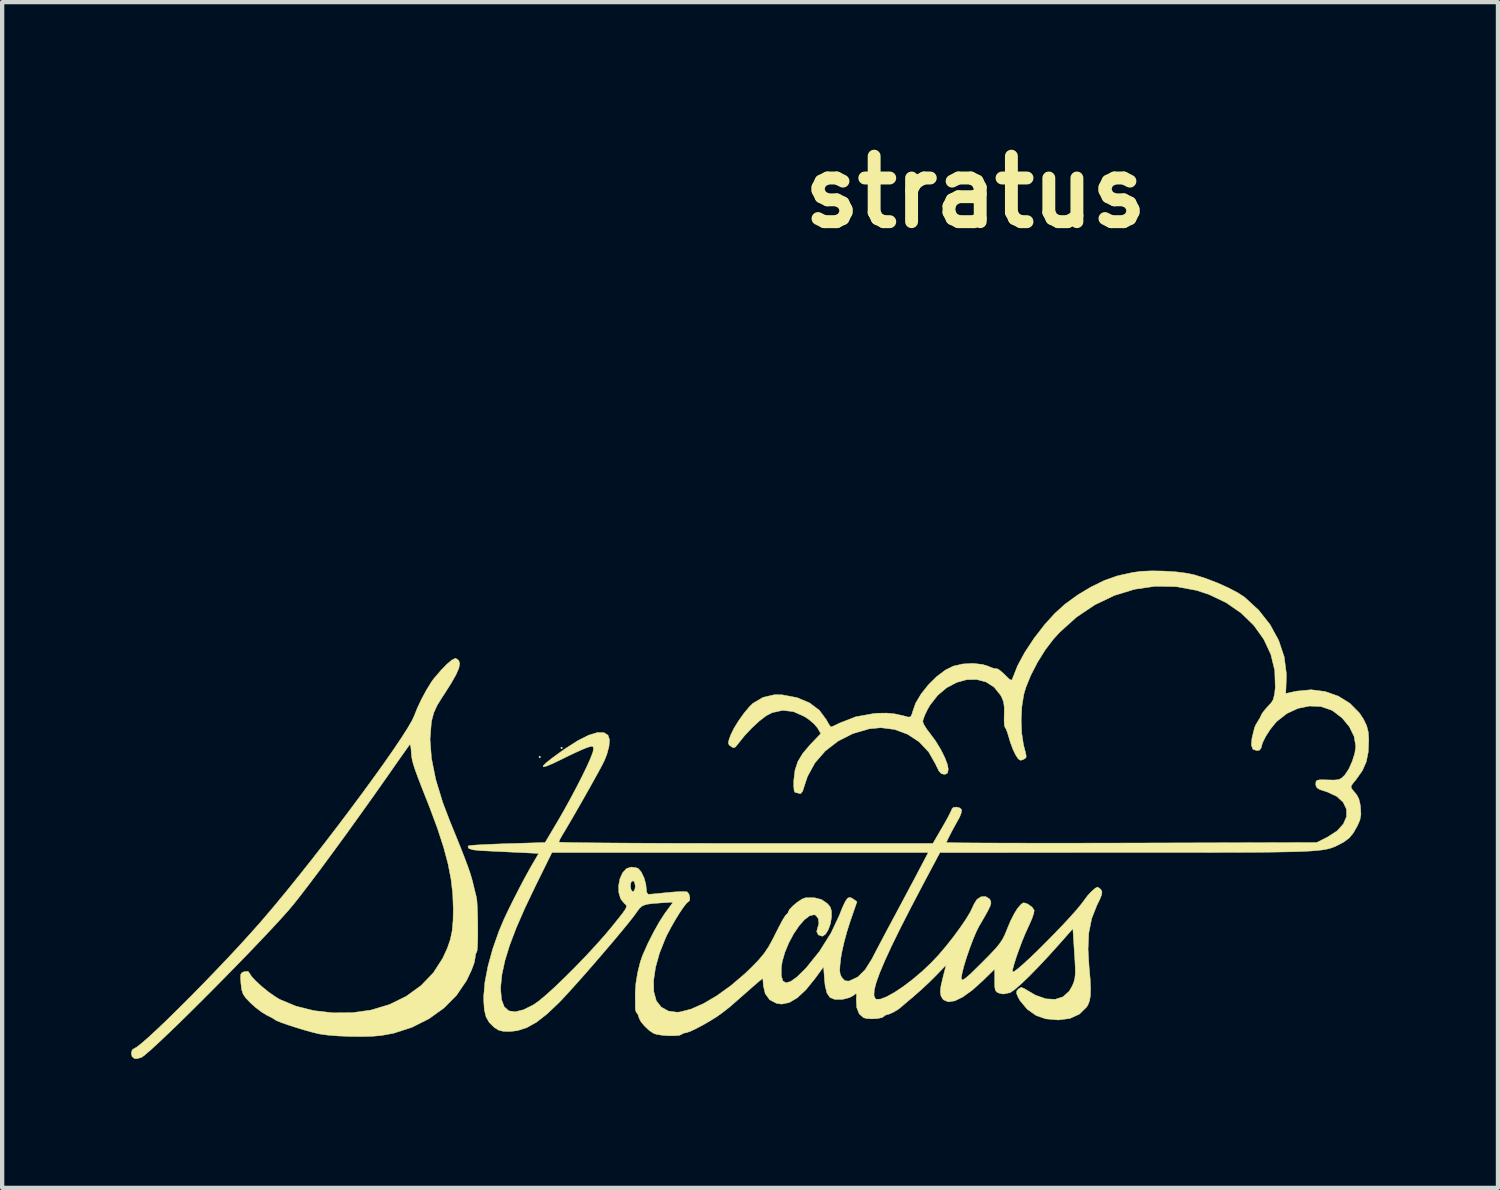
<source format=kicad_pcb>
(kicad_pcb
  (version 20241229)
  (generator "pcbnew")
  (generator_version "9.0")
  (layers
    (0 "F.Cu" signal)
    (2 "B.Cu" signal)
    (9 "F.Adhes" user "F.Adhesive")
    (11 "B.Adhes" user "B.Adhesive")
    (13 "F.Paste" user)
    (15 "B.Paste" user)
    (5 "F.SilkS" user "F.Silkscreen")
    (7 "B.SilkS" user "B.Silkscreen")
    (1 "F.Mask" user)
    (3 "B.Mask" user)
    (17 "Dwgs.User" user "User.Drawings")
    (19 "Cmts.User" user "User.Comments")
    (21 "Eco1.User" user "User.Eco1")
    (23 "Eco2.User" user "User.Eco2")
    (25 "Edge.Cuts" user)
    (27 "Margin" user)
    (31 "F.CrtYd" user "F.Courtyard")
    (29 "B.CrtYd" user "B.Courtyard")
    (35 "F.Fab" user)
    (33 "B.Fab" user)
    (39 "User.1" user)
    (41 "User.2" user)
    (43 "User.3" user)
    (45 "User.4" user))
  (footprint "stratus"
    (layer "F.Cu")
    (at 19.647 1.418)
    (property "Reference" "stratus" (at 0 0 0) (layer "F.SilkS") (effects (font (size 1.524 1.524) (thickness 0.3))))
    (attr through_hole)
    (fp_poly (pts (xy -10.118 13.145) (xy -10.139 13.166) (xy -10.16 13.145) (xy -10.139 13.123) (xy -10.118 13.145)) (stroke (width 0.01) (type solid)) (fill yes) (layer "F.SilkS"))
    (fp_poly (pts (xy -9.61 12.933) (xy -9.631 12.954) (xy -9.652 12.933) (xy -9.631 12.912) (xy -9.61 12.933)) (stroke (width 0.01) (type solid)) (fill yes) (layer "F.SilkS"))
    (fp_poly (pts (xy -12.09 10.851) (xy -12.025 10.896) (xy -12.001 10.969) (xy -12.021 11.077) (xy -12.087 11.229) (xy -12.201 11.43) (xy -12.365 11.688) (xy -12.409 11.753) (xy -12.528 11.946) (xy -12.604 12.114) (xy -12.652 12.292) (xy -12.661 12.343) (xy -12.692 12.734) (xy -12.658 13.176) (xy -12.56 13.665) (xy -12.398 14.198) (xy -12.235 14.626) (xy -12.087 14.989) (xy -11.968 15.284) (xy -11.876 15.522) (xy -11.805 15.713) (xy -11.752 15.868) (xy -11.714 15.998) (xy -11.696 16.066) (xy -11.66 16.216) (xy -11.629 16.343) (xy -11.613 16.404) (xy -11.601 16.49) (xy -11.592 16.632) (xy -11.585 16.813) (xy -11.581 17.013) (xy -11.58 17.215) (xy -11.582 17.401) (xy -11.588 17.552) (xy -11.596 17.65) (xy -11.605 17.678) (xy -11.632 17.733) (xy -11.642 17.814) (xy -11.664 17.935) (xy -11.729 18.108) (xy -11.828 18.316) (xy -11.849 18.356) (xy -12.076 18.69) (xy -12.369 18.986) (xy -12.719 19.236) (xy -13.113 19.434) (xy -13.539 19.572) (xy -13.822 19.624) (xy -14.025 19.642) (xy -14.279 19.649) (xy -14.556 19.646) (xy -14.831 19.635) (xy -15.077 19.615) (xy -15.267 19.588) (xy -15.282 19.585) (xy -15.433 19.548) (xy -15.613 19.498) (xy -15.804 19.44) (xy -15.987 19.381) (xy -16.143 19.327) (xy -16.253 19.283) (xy -16.298 19.258) (xy -16.347 19.225) (xy -16.443 19.174) (xy -16.487 19.153) (xy -16.608 19.08) (xy -16.751 18.971) (xy -16.862 18.872) (xy -16.974 18.756) (xy -17.039 18.664) (xy -17.072 18.566) (xy -17.09 18.428) (xy -17.091 18.42) (xy -17.101 18.279) (xy -17.095 18.201) (xy -17.066 18.161) (xy -17.015 18.139) (xy -16.928 18.131) (xy -16.898 18.166) (xy -16.846 18.248) (xy -16.742 18.361) (xy -16.601 18.489) (xy -16.444 18.616) (xy -16.286 18.726) (xy -16.185 18.786) (xy -15.814 18.941) (xy -15.395 19.046) (xy -14.949 19.097) (xy -14.496 19.093) (xy -14.062 19.032) (xy -13.634 18.903) (xy -13.244 18.711) (xy -12.901 18.463) (xy -12.616 18.167) (xy -12.398 17.829) (xy -12.388 17.808) (xy -12.287 17.588) (xy -12.219 17.39) (xy -12.177 17.187) (xy -12.156 16.952) (xy -12.151 16.679) (xy -12.163 16.338) (xy -12.202 15.994) (xy -12.272 15.634) (xy -12.376 15.244) (xy -12.516 14.813) (xy -12.697 14.326) (xy -12.762 14.161) (xy -12.879 13.865) (xy -12.967 13.636) (xy -13.032 13.46) (xy -13.076 13.326) (xy -13.105 13.219) (xy -13.121 13.128) (xy -13.129 13.041) (xy -13.13 13.005) (xy -13.14 12.903) (xy -13.157 12.855) (xy -13.166 12.857) (xy -13.197 12.901) (xy -13.27 13.003) (xy -13.376 13.152) (xy -13.507 13.339) (xy -13.655 13.552) (xy -13.696 13.61) (xy -14.015 14.063) (xy -14.339 14.517) (xy -14.659 14.962) (xy -14.969 15.386) (xy -15.259 15.779) (xy -15.523 16.129) (xy -15.751 16.425) (xy -15.852 16.552) (xy -15.974 16.699) (xy -16.142 16.887) (xy -16.348 17.111) (xy -16.586 17.364) (xy -16.848 17.639) (xy -17.128 17.928) (xy -17.418 18.225) (xy -17.713 18.524) (xy -18.005 18.817) (xy -18.288 19.098) (xy -18.554 19.359) (xy -18.798 19.593) (xy -19.011 19.795) (xy -19.188 19.957) (xy -19.321 20.072) (xy -19.403 20.133) (xy -19.411 20.136) (xy -19.512 20.164) (xy -19.569 20.161) (xy -19.624 20.115) (xy -19.642 20.035) (xy -19.622 19.96) (xy -19.582 19.932) (xy -19.512 19.892) (xy -19.392 19.797) (xy -19.227 19.652) (xy -19.026 19.466) (xy -18.793 19.244) (xy -18.538 18.993) (xy -18.264 18.72) (xy -17.981 18.432) (xy -17.694 18.134) (xy -17.409 17.835) (xy -17.134 17.541) (xy -16.876 17.257) (xy -16.64 16.992) (xy -16.589 16.933) (xy -16.327 16.625) (xy -16.046 16.285) (xy -15.752 15.921) (xy -15.449 15.539) (xy -15.143 15.147) (xy -14.839 14.751) (xy -14.543 14.358) (xy -14.259 13.976) (xy -13.993 13.611) (xy -13.749 13.271) (xy -13.534 12.962) (xy -13.352 12.691) (xy -13.208 12.465) (xy -13.108 12.292) (xy -13.06 12.188) (xy -12.984 11.998) (xy -12.881 11.783) (xy -12.767 11.573) (xy -12.658 11.397) (xy -12.605 11.324) (xy -12.443 11.134) (xy -12.3 10.986) (xy -12.185 10.889) (xy -12.107 10.85) (xy -12.09 10.851)) (stroke (width 0.01) (type solid)) (fill yes) (layer "F.SilkS"))
    (fp_poly (pts (xy 4.386 8.819) (xy 4.665 8.837) (xy 4.916 8.869) (xy 5.08 8.903) (xy 5.346 8.986) (xy 5.621 9.091) (xy 5.882 9.208) (xy 6.106 9.326) (xy 6.259 9.426) (xy 6.587 9.727) (xy 6.854 10.066) (xy 7.054 10.433) (xy 7.182 10.817) (xy 7.232 11.207) (xy 7.231 11.325) (xy 7.218 11.666) (xy 7.472 11.612) (xy 7.806 11.58) (xy 8.133 11.621) (xy 8.439 11.728) (xy 8.709 11.895) (xy 8.929 12.117) (xy 9.025 12.262) (xy 9.102 12.421) (xy 9.139 12.572) (xy 9.149 12.749) (xy 9.137 13.029) (xy 9.091 13.257) (xy 9.001 13.46) (xy 8.856 13.667) (xy 8.79 13.746) (xy 8.738 13.82) (xy 8.746 13.874) (xy 8.768 13.903) (xy 8.865 14.018) (xy 8.918 14.116) (xy 8.947 14.238) (xy 8.958 14.319) (xy 8.967 14.482) (xy 8.943 14.611) (xy 8.89 14.735) (xy 8.792 14.909) (xy 8.694 15.029) (xy 8.571 15.121) (xy 8.488 15.166) (xy 8.426 15.198) (xy 8.368 15.226) (xy 8.308 15.25) (xy 8.24 15.272) (xy 8.161 15.291) (xy 8.065 15.307) (xy 7.947 15.32) (xy 7.801 15.332) (xy 7.624 15.341) (xy 7.408 15.349) (xy 7.15 15.354) (xy 6.844 15.359) (xy 6.486 15.362) (xy 6.07 15.364) (xy 5.59 15.365) (xy 5.043 15.366) (xy 4.422 15.366) (xy 3.724 15.366) (xy 3.534 15.366) (xy -0.828 15.367) (xy -1.216 16.097) (xy -1.503 16.644) (xy -1.747 17.121) (xy -1.949 17.533) (xy -2.109 17.88) (xy -2.23 18.167) (xy -2.312 18.395) (xy -2.356 18.569) (xy -2.363 18.69) (xy -2.335 18.762) (xy -2.308 18.781) (xy -2.211 18.778) (xy -2.067 18.722) (xy -1.886 18.622) (xy -1.681 18.485) (xy -1.462 18.319) (xy -1.241 18.132) (xy -1.03 17.932) (xy -0.858 17.75) (xy -0.685 17.545) (xy -0.512 17.327) (xy -0.354 17.111) (xy -0.22 16.915) (xy -0.123 16.754) (xy -0.085 16.675) (xy -0.029 16.556) (xy 0.031 16.462) (xy 0.035 16.457) (xy 0.131 16.395) (xy 0.239 16.392) (xy 0.326 16.447) (xy 0.338 16.467) (xy 0.356 16.507) (xy 0.358 16.55) (xy 0.341 16.611) (xy 0.298 16.702) (xy 0.225 16.835) (xy 0.115 17.026) (xy 0.082 17.081) (xy 0.016 17.212) (xy -0.058 17.388) (xy -0.134 17.59) (xy -0.206 17.799) (xy -0.267 17.996) (xy -0.31 18.161) (xy -0.33 18.276) (xy -0.329 18.305) (xy -0.315 18.33) (xy -0.28 18.323) (xy -0.215 18.277) (xy -0.113 18.187) (xy 0.034 18.044) (xy 0.151 17.928) (xy 0.332 17.745) (xy 0.464 17.605) (xy 0.558 17.491) (xy 0.627 17.389) (xy 0.682 17.281) (xy 0.734 17.153) (xy 0.742 17.131) (xy 0.817 16.955) (xy 0.901 16.79) (xy 0.976 16.669) (xy 0.987 16.656) (xy 1.064 16.568) (xy 1.119 16.536) (xy 1.182 16.551) (xy 1.227 16.573) (xy 1.317 16.639) (xy 1.365 16.71) (xy 1.365 16.711) (xy 1.355 16.781) (xy 1.313 16.904) (xy 1.248 17.055) (xy 1.225 17.103) (xy 1.157 17.253) (xy 1.083 17.431) (xy 1.012 17.621) (xy 0.947 17.804) (xy 0.897 17.964) (xy 0.865 18.083) (xy 0.859 18.144) (xy 0.861 18.147) (xy 0.903 18.133) (xy 0.993 18.065) (xy 1.123 17.952) (xy 1.282 17.805) (xy 1.462 17.632) (xy 1.653 17.441) (xy 1.848 17.243) (xy 2.036 17.047) (xy 2.209 16.86) (xy 2.357 16.694) (xy 2.471 16.555) (xy 2.535 16.468) (xy 2.61 16.368) (xy 2.701 16.271) (xy 2.785 16.198) (xy 2.837 16.171) (xy 2.887 16.2) (xy 2.921 16.235) (xy 2.942 16.281) (xy 2.934 16.349) (xy 2.892 16.456) (xy 2.819 16.606) (xy 2.703 16.901) (xy 2.636 17.233) (xy 2.618 17.615) (xy 2.641 18.013) (xy 2.667 18.306) (xy 2.678 18.529) (xy 2.673 18.696) (xy 2.652 18.821) (xy 2.613 18.917) (xy 2.585 18.962) (xy 2.417 19.127) (xy 2.196 19.228) (xy 1.925 19.263) (xy 1.635 19.237) (xy 1.41 19.159) (xy 1.203 19.013) (xy 1.039 18.818) (xy 0.994 18.74) (xy 0.955 18.647) (xy 0.958 18.59) (xy 0.995 18.545) (xy 1.062 18.503) (xy 1.133 18.532) (xy 1.396 18.687) (xy 1.637 18.771) (xy 1.852 18.783) (xy 2.035 18.724) (xy 2.179 18.595) (xy 2.252 18.469) (xy 2.287 18.383) (xy 2.309 18.301) (xy 2.32 18.204) (xy 2.321 18.074) (xy 2.313 17.891) (xy 2.301 17.707) (xy 2.265 17.139) (xy 1.954 17.491) (xy 1.699 17.774) (xy 1.46 18.029) (xy 1.245 18.249) (xy 1.061 18.425) (xy 0.915 18.552) (xy 0.814 18.622) (xy 0.801 18.628) (xy 0.646 18.66) (xy 0.557 18.643) (xy 0.495 18.614) (xy 0.461 18.57) (xy 0.447 18.487) (xy 0.445 18.342) (xy 0.445 18.34) (xy 0.445 18.078) (xy 0.17 18.348) (xy -0.076 18.569) (xy -0.295 18.727) (xy -0.481 18.818) (xy -0.632 18.842) (xy -0.742 18.796) (xy -0.76 18.777) (xy -0.804 18.704) (xy -0.819 18.611) (xy -0.806 18.481) (xy -0.763 18.291) (xy -0.759 18.275) (xy -0.684 17.984) (xy -0.924 18.233) (xy -1.083 18.391) (xy -1.268 18.563) (xy -1.439 18.713) (xy -1.439 18.714) (xy -1.567 18.821) (xy -1.669 18.908) (xy -1.728 18.959) (xy -1.736 18.966) (xy -1.811 19.024) (xy -1.915 19.085) (xy -2.011 19.127) (xy -2.048 19.135) (xy -2.112 19.158) (xy -2.124 19.174) (xy -2.174 19.207) (xy -2.279 19.229) (xy -2.408 19.237) (xy -2.53 19.23) (xy -2.606 19.21) (xy -2.706 19.121) (xy -2.764 18.973) (xy -2.775 18.784) (xy -2.774 18.774) (xy -2.767 18.676) (xy -2.781 18.649) (xy -2.825 18.68) (xy -2.84 18.693) (xy -2.93 18.741) (xy -3.063 18.777) (xy -3.122 18.785) (xy -3.278 18.784) (xy -3.387 18.738) (xy -3.457 18.637) (xy -3.499 18.469) (xy -3.514 18.322) (xy -3.535 18.026) (xy -3.732 18.295) (xy -3.947 18.561) (xy -4.146 18.747) (xy -4.332 18.857) (xy -4.51 18.894) (xy -4.629 18.877) (xy -4.79 18.793) (xy -4.894 18.648) (xy -4.936 18.465) (xy -4.944 18.36) (xy -4.95 18.301) (xy -4.951 18.297) (xy -4.981 18.318) (xy -5.062 18.385) (xy -5.181 18.488) (xy -5.323 18.613) (xy -5.473 18.745) (xy -5.602 18.858) (xy -5.694 18.939) (xy -5.736 18.974) (xy -5.796 19.02) (xy -5.888 19.092) (xy -5.905 19.105) (xy -6.027 19.191) (xy -6.181 19.287) (xy -6.348 19.383) (xy -6.507 19.467) (xy -6.639 19.529) (xy -6.724 19.557) (xy -6.732 19.558) (xy -6.81 19.576) (xy -6.834 19.596) (xy -6.89 19.62) (xy -7.003 19.63) (xy -7.147 19.63) (xy -7.296 19.618) (xy -7.423 19.597) (xy -7.49 19.575) (xy -7.597 19.502) (xy -7.703 19.402) (xy -7.788 19.298) (xy -7.83 19.215) (xy -7.832 19.203) (xy -7.856 19.13) (xy -7.873 19.114) (xy -7.907 19.055) (xy -7.915 18.995) (xy -7.916 18.903) (xy -7.917 18.762) (xy -7.918 18.637) (xy -7.903 18.415) (xy -7.861 18.159) (xy -7.799 17.911) (xy -7.746 17.759) (xy -7.628 17.493) (xy -7.493 17.225) (xy -7.356 16.981) (xy -7.231 16.787) (xy -7.217 16.768) (xy -7.036 16.522) (xy -7.318 16.539) (xy -7.518 16.554) (xy -7.654 16.573) (xy -7.745 16.605) (xy -7.811 16.657) (xy -7.872 16.737) (xy -7.885 16.756) (xy -7.961 16.86) (xy -8.084 17.016) (xy -8.245 17.212) (xy -8.434 17.438) (xy -8.642 17.682) (xy -8.859 17.934) (xy -9.075 18.182) (xy -9.281 18.414) (xy -9.468 18.621) (xy -9.625 18.791) (xy -9.696 18.864) (xy -9.97 19.124) (xy -10.215 19.315) (xy -10.442 19.442) (xy -10.661 19.512) (xy -10.833 19.531) (xy -10.989 19.527) (xy -11.097 19.5) (xy -11.193 19.439) (xy -11.203 19.431) (xy -11.316 19.319) (xy -11.389 19.19) (xy -11.429 19.024) (xy -11.443 18.803) (xy -11.443 18.706) (xy -11.429 18.551) (xy -11.049 18.551) (xy -11.028 18.79) (xy -10.965 18.957) (xy -10.858 19.051) (xy -10.708 19.073) (xy -10.513 19.024) (xy -10.287 18.911) (xy -10.16 18.822) (xy -9.988 18.678) (xy -9.783 18.492) (xy -9.554 18.272) (xy -9.312 18.031) (xy -9.069 17.778) (xy -8.834 17.525) (xy -8.618 17.281) (xy -8.471 17.106) (xy -8.32 16.918) (xy -8.215 16.785) (xy -8.151 16.695) (xy -8.123 16.637) (xy -8.123 16.6) (xy -8.146 16.571) (xy -8.17 16.552) (xy -8.257 16.444) (xy -8.3 16.298) (xy -8.303 16.155) (xy -8.03 16.155) (xy -8.014 16.234) (xy -7.979 16.278) (xy -7.956 16.275) (xy -7.925 16.218) (xy -7.916 16.15) (xy -7.932 16.059) (xy -7.969 16.022) (xy -8.01 16.053) (xy -8.019 16.072) (xy -8.03 16.155) (xy -8.303 16.155) (xy -8.304 16.134) (xy -8.272 15.973) (xy -8.209 15.835) (xy -8.118 15.739) (xy -8.011 15.706) (xy -7.907 15.718) (xy -7.848 15.738) (xy -7.777 15.821) (xy -7.713 15.955) (xy -7.671 16.103) (xy -7.662 16.19) (xy -7.649 16.298) (xy -7.612 16.34) (xy -7.609 16.34) (xy -7.546 16.335) (xy -7.42 16.324) (xy -7.255 16.307) (xy -7.167 16.298) (xy -6.988 16.283) (xy -6.837 16.276) (xy -6.735 16.278) (xy -6.712 16.282) (xy -6.67 16.329) (xy -6.648 16.407) (xy -6.649 16.479) (xy -6.678 16.51) (xy -6.723 16.545) (xy -6.796 16.639) (xy -6.889 16.776) (xy -6.99 16.94) (xy -7.09 17.116) (xy -7.18 17.287) (xy -7.213 17.357) (xy -7.352 17.706) (xy -7.445 18.039) (xy -7.49 18.343) (xy -7.485 18.606) (xy -7.427 18.816) (xy -7.426 18.818) (xy -7.313 18.963) (xy -7.147 19.055) (xy -6.947 19.083) (xy -6.877 19.077) (xy -6.62 19.011) (xy -6.329 18.882) (xy -6.015 18.697) (xy -5.692 18.464) (xy -5.372 18.192) (xy -5.218 18.045) (xy -5.046 17.868) (xy -4.918 17.715) (xy -4.813 17.558) (xy -4.708 17.365) (xy -4.651 17.251) (xy -4.563 17.077) (xy -4.486 16.934) (xy -4.427 16.839) (xy -4.397 16.806) (xy -4.363 16.773) (xy -4.36 16.755) (xy -4.328 16.692) (xy -4.247 16.607) (xy -4.142 16.52) (xy -4.037 16.451) (xy -3.958 16.42) (xy -3.744 16.42) (xy -3.583 16.461) (xy -3.452 16.551) (xy -3.449 16.553) (xy -3.381 16.633) (xy -3.352 16.726) (xy -3.35 16.859) (xy -3.374 17.016) (xy -3.424 17.159) (xy -3.489 17.266) (xy -3.559 17.314) (xy -3.568 17.314) (xy -3.659 17.282) (xy -3.695 17.203) (xy -3.678 17.136) (xy -3.644 17.017) (xy -3.658 16.905) (xy -3.714 16.83) (xy -3.754 16.814) (xy -3.861 16.839) (xy -3.982 16.931) (xy -4.108 17.076) (xy -4.232 17.259) (xy -4.344 17.468) (xy -4.435 17.687) (xy -4.497 17.902) (xy -4.518 18.042) (xy -4.519 18.236) (xy -4.483 18.355) (xy -4.41 18.399) (xy -4.299 18.367) (xy -4.151 18.26) (xy -3.965 18.078) (xy -3.936 18.047) (xy -3.628 17.664) (xy -3.363 17.241) (xy -3.175 16.843) (xy -3.093 16.64) (xy -3.031 16.508) (xy -2.98 16.434) (xy -2.933 16.411) (xy -2.88 16.427) (xy -2.849 16.447) (xy -2.758 16.511) (xy -2.922 16.987) (xy -2.995 17.218) (xy -3.061 17.464) (xy -3.112 17.69) (xy -3.133 17.815) (xy -3.154 17.995) (xy -3.16 18.114) (xy -3.149 18.195) (xy -3.12 18.259) (xy -3.111 18.274) (xy -3.042 18.349) (xy -2.959 18.359) (xy -2.928 18.352) (xy -2.739 18.263) (xy -2.567 18.093) (xy -2.409 17.841) (xy -2.407 17.836) (xy -2.335 17.697) (xy -2.234 17.505) (xy -2.115 17.279) (xy -1.988 17.041) (xy -1.919 16.912) (xy -1.782 16.656) (xy -1.637 16.384) (xy -1.497 16.121) (xy -1.377 15.896) (xy -1.339 15.822) (xy -1.099 15.367) (xy -9.855 15.367) (xy -10.237 16.14) (xy -10.486 16.662) (xy -10.687 17.123) (xy -10.841 17.529) (xy -10.951 17.888) (xy -11.019 18.205) (xy -11.048 18.487) (xy -11.049 18.551) (xy -11.429 18.551) (xy -11.415 18.382) (xy -11.343 18.01) (xy -11.233 17.609) (xy -11.089 17.2) (xy -10.977 16.933) (xy -10.884 16.734) (xy -10.763 16.489) (xy -10.629 16.226) (xy -10.496 15.973) (xy -10.377 15.756) (xy -10.336 15.684) (xy -10.163 15.388) (xy -10.722 15.361) (xy -10.958 15.35) (xy -11.188 15.339) (xy -11.386 15.329) (xy -11.526 15.322) (xy -11.527 15.322) (xy -11.694 15.304) (xy -11.79 15.273) (xy -11.81 15.23) (xy -11.796 15.211) (xy -11.749 15.203) (xy -11.63 15.193) (xy -11.451 15.183) (xy -11.227 15.173) (xy -10.97 15.163) (xy -10.893 15.161) (xy -10.014 15.134) (xy -9.725 14.647) (xy -9.575 14.387) (xy -9.426 14.117) (xy -9.284 13.85) (xy -9.155 13.597) (xy -9.045 13.371) (xy -8.961 13.183) (xy -8.907 13.045) (xy -8.89 12.974) (xy -8.895 12.911) (xy -8.925 12.893) (xy -9.002 12.913) (xy -9.05 12.929) (xy -9.157 12.973) (xy -9.314 13.044) (xy -9.495 13.13) (xy -9.599 13.182) (xy -9.823 13.29) (xy -9.974 13.354) (xy -10.053 13.374) (xy -10.061 13.352) (xy -9.996 13.286) (xy -9.86 13.177) (xy -9.652 13.026) (xy -9.548 12.953) (xy -9.253 12.764) (xy -9.003 12.638) (xy -8.8 12.576) (xy -8.647 12.577) (xy -8.551 12.637) (xy -8.517 12.738) (xy -8.527 12.894) (xy -8.579 13.087) (xy -8.637 13.231) (xy -8.684 13.325) (xy -8.766 13.478) (xy -8.875 13.675) (xy -9.002 13.903) (xy -9.14 14.146) (xy -9.28 14.391) (xy -9.414 14.623) (xy -9.535 14.829) (xy -9.617 14.965) (xy -9.669 15.058) (xy -9.694 15.12) (xy -9.694 15.124) (xy -9.653 15.128) (xy -9.532 15.132) (xy -9.338 15.136) (xy -9.077 15.14) (xy -8.752 15.143) (xy -8.372 15.146) (xy -7.94 15.149) (xy -7.462 15.151) (xy -6.945 15.153) (xy -6.393 15.154) (xy -5.812 15.155) (xy -5.343 15.155) (xy -0.991 15.155) (xy -0.771 14.777) (xy -0.679 14.616) (xy -0.606 14.479) (xy -0.56 14.385) (xy -0.55 14.354) (xy -0.517 14.318) (xy -0.443 14.31) (xy -0.366 14.33) (xy -0.325 14.368) (xy -0.33 14.44) (xy -0.371 14.545) (xy -0.384 14.569) (xy -0.473 14.728) (xy -0.557 14.883) (xy -0.625 15.015) (xy -0.668 15.106) (xy -0.677 15.134) (xy -0.636 15.137) (xy -0.515 15.14) (xy -0.322 15.142) (xy -0.06 15.144) (xy 0.264 15.146) (xy 0.644 15.147) (xy 1.076 15.148) (xy 1.553 15.149) (xy 2.069 15.149) (xy 2.62 15.148) (xy 3.199 15.147) (xy 3.63 15.146) (xy 7.938 15.134) (xy 8.191 15.007) (xy 8.413 14.864) (xy 8.559 14.702) (xy 8.632 14.53) (xy 8.63 14.359) (xy 8.555 14.2) (xy 8.408 14.063) (xy 8.187 13.959) (xy 8.146 13.946) (xy 8.013 13.903) (xy 7.944 13.861) (xy 7.919 13.808) (xy 7.916 13.774) (xy 7.921 13.717) (xy 7.946 13.687) (xy 8.011 13.675) (xy 8.135 13.676) (xy 8.198 13.678) (xy 8.352 13.681) (xy 8.449 13.67) (xy 8.516 13.637) (xy 8.583 13.573) (xy 8.598 13.556) (xy 8.685 13.424) (xy 8.765 13.245) (xy 8.824 13.057) (xy 8.847 12.897) (xy 8.847 12.893) (xy 8.808 12.666) (xy 8.698 12.441) (xy 8.531 12.238) (xy 8.321 12.077) (xy 8.279 12.053) (xy 8.035 11.97) (xy 7.769 11.959) (xy 7.499 12.015) (xy 7.242 12.134) (xy 7.014 12.313) (xy 6.974 12.356) (xy 6.857 12.502) (xy 6.754 12.661) (xy 6.68 12.808) (xy 6.647 12.92) (xy 6.646 12.931) (xy 6.61 12.984) (xy 6.545 12.996) (xy 6.454 12.964) (xy 6.417 12.867) (xy 6.432 12.704) (xy 6.441 12.669) (xy 6.469 12.554) (xy 6.489 12.472) (xy 6.491 12.463) (xy 6.52 12.397) (xy 6.574 12.306) (xy 6.625 12.222) (xy 6.646 12.173) (xy 6.646 12.173) (xy 6.673 12.123) (xy 6.74 12.037) (xy 6.828 11.939) (xy 6.874 11.893) (xy 6.926 11.81) (xy 6.959 11.672) (xy 6.974 11.527) (xy 6.962 11.134) (xy 6.871 10.758) (xy 6.706 10.405) (xy 6.475 10.082) (xy 6.181 9.796) (xy 5.831 9.554) (xy 5.43 9.362) (xy 5.142 9.268) (xy 4.666 9.18) (xy 4.183 9.172) (xy 3.702 9.242) (xy 3.231 9.386) (xy 2.778 9.603) (xy 2.352 9.888) (xy 1.961 10.239) (xy 1.81 10.405) (xy 1.619 10.656) (xy 1.439 10.946) (xy 1.284 11.247) (xy 1.168 11.534) (xy 1.123 11.689) (xy 1.078 11.969) (xy 1.062 12.28) (xy 1.074 12.587) (xy 1.115 12.854) (xy 1.122 12.884) (xy 1.16 13.03) (xy 1.178 13.114) (xy 1.174 13.159) (xy 1.147 13.183) (xy 1.105 13.206) (xy 1.046 13.222) (xy 0.995 13.189) (xy 0.933 13.096) (xy 0.87 12.964) (xy 0.808 12.797) (xy 0.781 12.705) (xy 0.742 12.575) (xy 0.706 12.484) (xy 0.686 12.456) (xy 0.672 12.412) (xy 0.665 12.306) (xy 0.667 12.161) (xy 0.667 12.16) (xy 0.669 11.986) (xy 0.652 11.862) (xy 0.608 11.752) (xy 0.582 11.705) (xy 0.431 11.518) (xy 0.242 11.398) (xy 0.025 11.341) (xy -0.206 11.346) (xy -0.442 11.411) (xy -0.671 11.533) (xy -0.881 11.71) (xy -1.061 11.94) (xy -1.118 12.04) (xy -1.18 12.169) (xy -1.219 12.277) (xy -1.228 12.321) (xy -1.202 12.391) (xy -1.135 12.498) (xy -1.057 12.6) (xy -0.927 12.776) (xy -0.809 12.97) (xy -0.714 13.16) (xy -0.652 13.325) (xy -0.635 13.426) (xy -0.649 13.515) (xy -0.702 13.545) (xy -0.733 13.547) (xy -0.797 13.531) (xy -0.851 13.472) (xy -0.911 13.352) (xy -0.928 13.313) (xy -1.09 13.028) (xy -1.311 12.793) (xy -1.579 12.616) (xy -1.88 12.504) (xy -2.202 12.463) (xy -2.474 12.489) (xy -2.856 12.601) (xy -3.2 12.776) (xy -3.496 13.005) (xy -3.736 13.281) (xy -3.909 13.596) (xy -3.982 13.814) (xy -4.022 13.94) (xy -4.063 13.994) (xy -4.094 13.994) (xy -4.176 13.972) (xy -4.198 13.97) (xy -4.22 13.93) (xy -4.23 13.82) (xy -4.228 13.684) (xy -4.2 13.453) (xy -4.135 13.253) (xy -4.02 13.062) (xy -3.845 12.856) (xy -3.821 12.831) (xy -3.6 12.6) (xy -3.675 12.47) (xy -3.753 12.377) (xy -3.875 12.273) (xy -3.979 12.203) (xy -4.236 12.089) (xy -4.487 12.059) (xy -4.729 12.112) (xy -4.871 12.185) (xy -5.03 12.307) (xy -5.21 12.474) (xy -5.386 12.663) (xy -5.526 12.839) (xy -5.588 12.915) (xy -5.637 12.929) (xy -5.692 12.897) (xy -5.737 12.858) (xy -5.752 12.815) (xy -5.735 12.74) (xy -5.695 12.631) (xy -5.621 12.479) (xy -5.51 12.299) (xy -5.382 12.12) (xy -5.256 11.97) (xy -5.179 11.896) (xy -4.945 11.758) (xy -4.68 11.696) (xy -4.5 11.698) (xy -4.154 11.763) (xy -3.864 11.884) (xy -3.634 12.057) (xy -3.47 12.279) (xy -3.466 12.287) (xy -3.411 12.385) (xy -3.371 12.441) (xy -3.363 12.446) (xy -3.315 12.428) (xy -3.22 12.384) (xy -3.167 12.357) (xy -2.786 12.209) (xy -2.363 12.133) (xy -2.273 12.126) (xy -2.067 12.123) (xy -1.879 12.141) (xy -1.67 12.187) (xy -1.561 12.217) (xy -1.507 12.207) (xy -1.473 12.131) (xy -1.464 12.093) (xy -1.395 11.894) (xy -1.266 11.678) (xy -1.096 11.464) (xy -0.9 11.271) (xy -0.697 11.119) (xy -0.519 11.031) (xy -0.296 10.98) (xy -0.056 10.967) (xy 0.165 10.992) (xy 0.277 11.026) (xy 0.381 11.068) (xy 0.439 11.087) (xy 0.487 11.091) (xy 0.504 11.091) (xy 0.553 11.119) (xy 0.638 11.19) (xy 0.691 11.241) (xy 0.78 11.327) (xy 0.828 11.358) (xy 0.853 11.341) (xy 0.87 11.293) (xy 0.981 11.015) (xy 1.149 10.705) (xy 1.363 10.382) (xy 1.608 10.065) (xy 1.843 9.805) (xy 2.086 9.586) (xy 2.375 9.376) (xy 2.686 9.189) (xy 2.998 9.037) (xy 3.288 8.934) (xy 3.387 8.91) (xy 3.436 8.9) (xy 3.543 8.876) (xy 3.66 8.851) (xy 3.856 8.824) (xy 4.107 8.814) (xy 4.386 8.819)) (stroke (width 0.01) (type solid)) (fill yes) (layer "F.SilkS")))
  (gr_rect
    (start -3 -3)
    (end 31.802 24.587)
    (stroke (width 0.1) (type default))
    (fill no)
    (layer "Edge.Cuts")))
</source>
